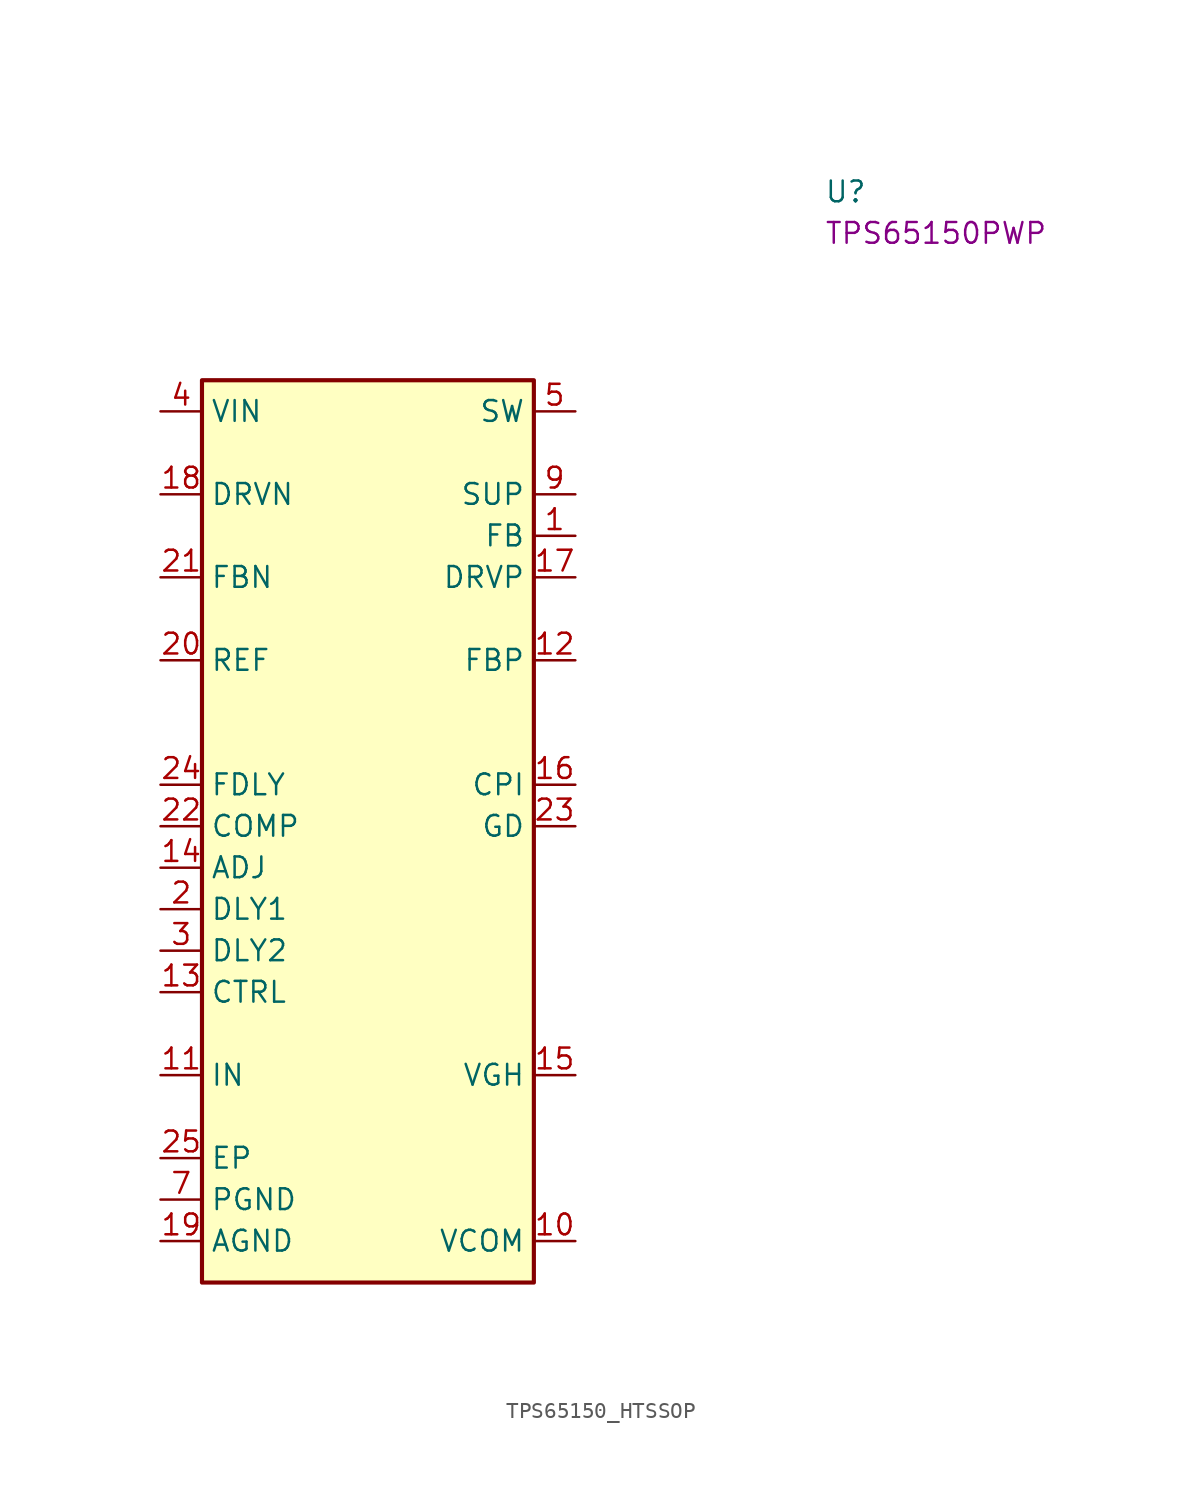
<source format=kicad_sym>
(kicad_symbol_lib
  (version 20220914)
  (generator kicad_symbol_editor)
  (symbol "TPS65150_HTSSOP"
    (property "Reference" "U"
      (at 40.64 12.7 0)
      (effects (font (size 1.27 1.27) (thickness 0.15)) (justify left bottom)))
    (property "MPN" "TPS65150PWP"
      (at 40.64 10.16 0)
      (effects (font (size 1.27 1.27) (thickness 0.15)) (justify left bottom)))
    (symbol "TPS65150_HTSSOP_1_1"
      (rectangle (start 2.54 1.905) (end 22.86 -53.34) (stroke (width 0.254) (type default)) (fill (type background)))
      (pin passive line (at 25.4 -7.62 180) (length 2.54) (name "FB" (effects (font (size 1.27 1.27)))) (number "1" (effects (font (size 1.27 1.27)))))
      (pin power_out line (at 25.4 -50.8 180) (length 2.54) (name "VCOM" (effects (font (size 1.27 1.27)))) (number "10" (effects (font (size 1.27 1.27)))))
      (pin passive line (at 0 -40.64 0) (length 2.54) (name "IN" (effects (font (size 1.27 1.27)))) (number "11" (effects (font (size 1.27 1.27)))))
      (pin passive line (at 25.4 -15.24 180) (length 2.54) (name "FBP" (effects (font (size 1.27 1.27)))) (number "12" (effects (font (size 1.27 1.27)))))
      (pin passive line (at 0 -35.56 0) (length 2.54) (name "CTRL" (effects (font (size 1.27 1.27)))) (number "13" (effects (font (size 1.27 1.27)))))
      (pin passive line (at 0 -27.94 0) (length 2.54) (name "ADJ" (effects (font (size 1.27 1.27)))) (number "14" (effects (font (size 1.27 1.27)))))
      (pin power_out line (at 25.4 -40.64 180) (length 2.54) (name "VGH" (effects (font (size 1.27 1.27)))) (number "15" (effects (font (size 1.27 1.27)))))
      (pin passive line (at 25.4 -22.86 180) (length 2.54) (name "CPI" (effects (font (size 1.27 1.27)))) (number "16" (effects (font (size 1.27 1.27)))))
      (pin passive line (at 25.4 -10.16 180) (length 2.54) (name "DRVP" (effects (font (size 1.27 1.27)))) (number "17" (effects (font (size 1.27 1.27)))))
      (pin passive line (at 0 -5.08 0) (length 2.54) (name "DRVN" (effects (font (size 1.27 1.27)))) (number "18" (effects (font (size 1.27 1.27)))))
      (pin power_in line (at 0 -50.8 0) (length 2.54) (name "AGND" (effects (font (size 1.27 1.27)))) (number "19" (effects (font (size 1.27 1.27)))))
      (pin passive line (at 0 -30.48 0) (length 2.54) (name "DLY1" (effects (font (size 1.27 1.27)))) (number "2" (effects (font (size 1.27 1.27)))))
      (pin passive line (at 0 -15.24 0) (length 2.54) (name "REF" (effects (font (size 1.27 1.27)))) (number "20" (effects (font (size 1.27 1.27)))))
      (pin passive line (at 0 -10.16 0) (length 2.54) (name "FBN" (effects (font (size 1.27 1.27)))) (number "21" (effects (font (size 1.27 1.27)))))
      (pin passive line (at 0 -25.4 0) (length 2.54) (name "COMP" (effects (font (size 1.27 1.27)))) (number "22" (effects (font (size 1.27 1.27)))))
      (pin passive line (at 25.4 -25.4 180) (length 2.54) (name "GD" (effects (font (size 1.27 1.27)))) (number "23" (effects (font (size 1.27 1.27)))))
      (pin passive line (at 0 -22.86 0) (length 2.54) (name "FDLY" (effects (font (size 1.27 1.27)))) (number "24" (effects (font (size 1.27 1.27)))))
      (pin passive line (at 0 -45.72 0) (length 2.54) (name "EP" (effects (font (size 1.27 1.27)))) (number "25" (effects (font (size 1.27 1.27)))))
      (pin passive line (at 0 -33.02 0) (length 2.54) (name "DLY2" (effects (font (size 1.27 1.27)))) (number "3" (effects (font (size 1.27 1.27)))))
      (pin passive line (at 0 0 0) (length 2.54) (name "VIN" (effects (font (size 1.27 1.27)))) (number "4" (effects (font (size 1.27 1.27)))))
      (pin passive line (at 25.4 0 180) (length 2.54) (name "SW" (effects (font (size 1.27 1.27)))) (number "5" (effects (font (size 1.27 1.27)))))
      (pin passive line (at 25.4 0 180) (length 2.54) hide (name "SW" (effects (font (size 1.27 1.27)))) (number "6" (effects (font (size 1.27 1.27)))))
      (pin power_in line (at 0 -48.26 0) (length 2.54) (name "PGND" (effects (font (size 1.27 1.27)))) (number "7" (effects (font (size 1.27 1.27)))))
      (pin power_in line (at 0 -48.26 0) (length 2.54) hide (name "PGND" (effects (font (size 1.27 1.27)))) (number "8" (effects (font (size 1.27 1.27)))))
      (pin passive line (at 25.4 -5.08 180) (length 2.54) (name "SUP" (effects (font (size 1.27 1.27)))) (number "9" (effects (font (size 1.27 1.27))))))))
</source>
